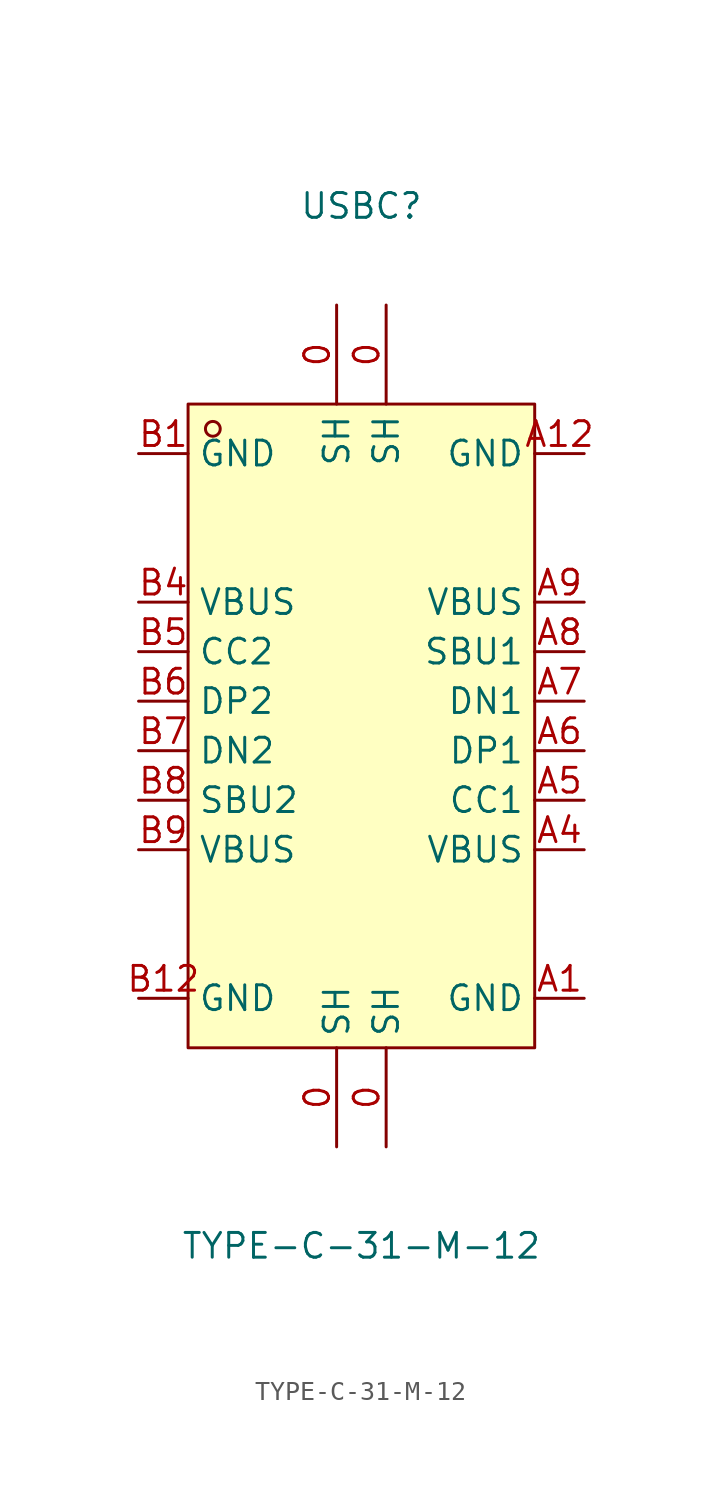
<source format=kicad_sym>
(kicad_symbol_lib
  (version 20211014)
  (generator https://github.com/uPesy/easyeda2kicad.py)
  (symbol "TYPE-C-31-M-12"
    (property "Reference" "USBC"
      (at 0 26.67 0)
      (effects (font (size 1.27 1.27))))
    (property "Value" "TYPE-C-31-M-12"
      (at 0 -26.67 0)
      (effects (font (size 1.27 1.27))))
    (symbol "TYPE-C-31-M-12_0_1"
      (rectangle (start -8.89 16.51) (end 8.89 -16.51) (stroke (width 0) (type default) (color 0 0 0 0)) (fill (type background)))
      (circle (center -7.62 15.24) (radius 0.38) (stroke (width 0) (type default) (color 0 0 0 0)) (fill (type none)))
      (pin unspecified line (at -11.43 13.97 0) (length 2.54) (name "GND" (effects (font (size 1.27 1.27)))) (number "B1" (effects (font (size 1.27 1.27)))))
      (pin unspecified line (at -11.43 6.35 0) (length 2.54) (name "VBUS" (effects (font (size 1.27 1.27)))) (number "B4" (effects (font (size 1.27 1.27)))))
      (pin unspecified line (at -11.43 3.81 0) (length 2.54) (name "CC2" (effects (font (size 1.27 1.27)))) (number "B5" (effects (font (size 1.27 1.27)))))
      (pin unspecified line (at -11.43 1.27 0) (length 2.54) (name "DP2" (effects (font (size 1.27 1.27)))) (number "B6" (effects (font (size 1.27 1.27)))))
      (pin unspecified line (at -11.43 -1.27 0) (length 2.54) (name "DN2" (effects (font (size 1.27 1.27)))) (number "B7" (effects (font (size 1.27 1.27)))))
      (pin unspecified line (at -11.43 -3.81 0) (length 2.54) (name "SBU2" (effects (font (size 1.27 1.27)))) (number "B8" (effects (font (size 1.27 1.27)))))
      (pin unspecified line (at -11.43 -6.35 0) (length 2.54) (name "VBUS" (effects (font (size 1.27 1.27)))) (number "B9" (effects (font (size 1.27 1.27)))))
      (pin unspecified line (at -11.43 -13.97 0) (length 2.54) (name "GND" (effects (font (size 1.27 1.27)))) (number "B12" (effects (font (size 1.27 1.27)))))
      (pin unspecified line (at -1.27 21.59 270) (length 5.08) (name "SH" (effects (font (size 1.27 1.27)))) (number "0" (effects (font (size 1.27 1.27)))))
      (pin unspecified line (at 1.27 21.59 270) (length 5.08) (name "SH" (effects (font (size 1.27 1.27)))) (number "0" (effects (font (size 1.27 1.27)))))
      (pin unspecified line (at -1.27 -21.59 90) (length 5.08) (name "SH" (effects (font (size 1.27 1.27)))) (number "0" (effects (font (size 1.27 1.27)))))
      (pin unspecified line (at 1.27 -21.59 90) (length 5.08) (name "SH" (effects (font (size 1.27 1.27)))) (number "0" (effects (font (size 1.27 1.27)))))
      (pin unspecified line (at 11.43 -13.97 180) (length 2.54) (name "GND" (effects (font (size 1.27 1.27)))) (number "A1" (effects (font (size 1.27 1.27)))))
      (pin unspecified line (at 11.43 -6.35 180) (length 2.54) (name "VBUS" (effects (font (size 1.27 1.27)))) (number "A4" (effects (font (size 1.27 1.27)))))
      (pin unspecified line (at 11.43 -3.81 180) (length 2.54) (name "CC1" (effects (font (size 1.27 1.27)))) (number "A5" (effects (font (size 1.27 1.27)))))
      (pin unspecified line (at 11.43 -1.27 180) (length 2.54) (name "DP1" (effects (font (size 1.27 1.27)))) (number "A6" (effects (font (size 1.27 1.27)))))
      (pin unspecified line (at 11.43 1.27 180) (length 2.54) (name "DN1" (effects (font (size 1.27 1.27)))) (number "A7" (effects (font (size 1.27 1.27)))))
      (pin unspecified line (at 11.43 3.81 180) (length 2.54) (name "SBU1" (effects (font (size 1.27 1.27)))) (number "A8" (effects (font (size 1.27 1.27)))))
      (pin unspecified line (at 11.43 6.35 180) (length 2.54) (name "VBUS" (effects (font (size 1.27 1.27)))) (number "A9" (effects (font (size 1.27 1.27)))))
      (pin unspecified line (at 11.43 13.97 180) (length 2.54) (name "GND" (effects (font (size 1.27 1.27)))) (number "A12" (effects (font (size 1.27 1.27))))))))
</source>
